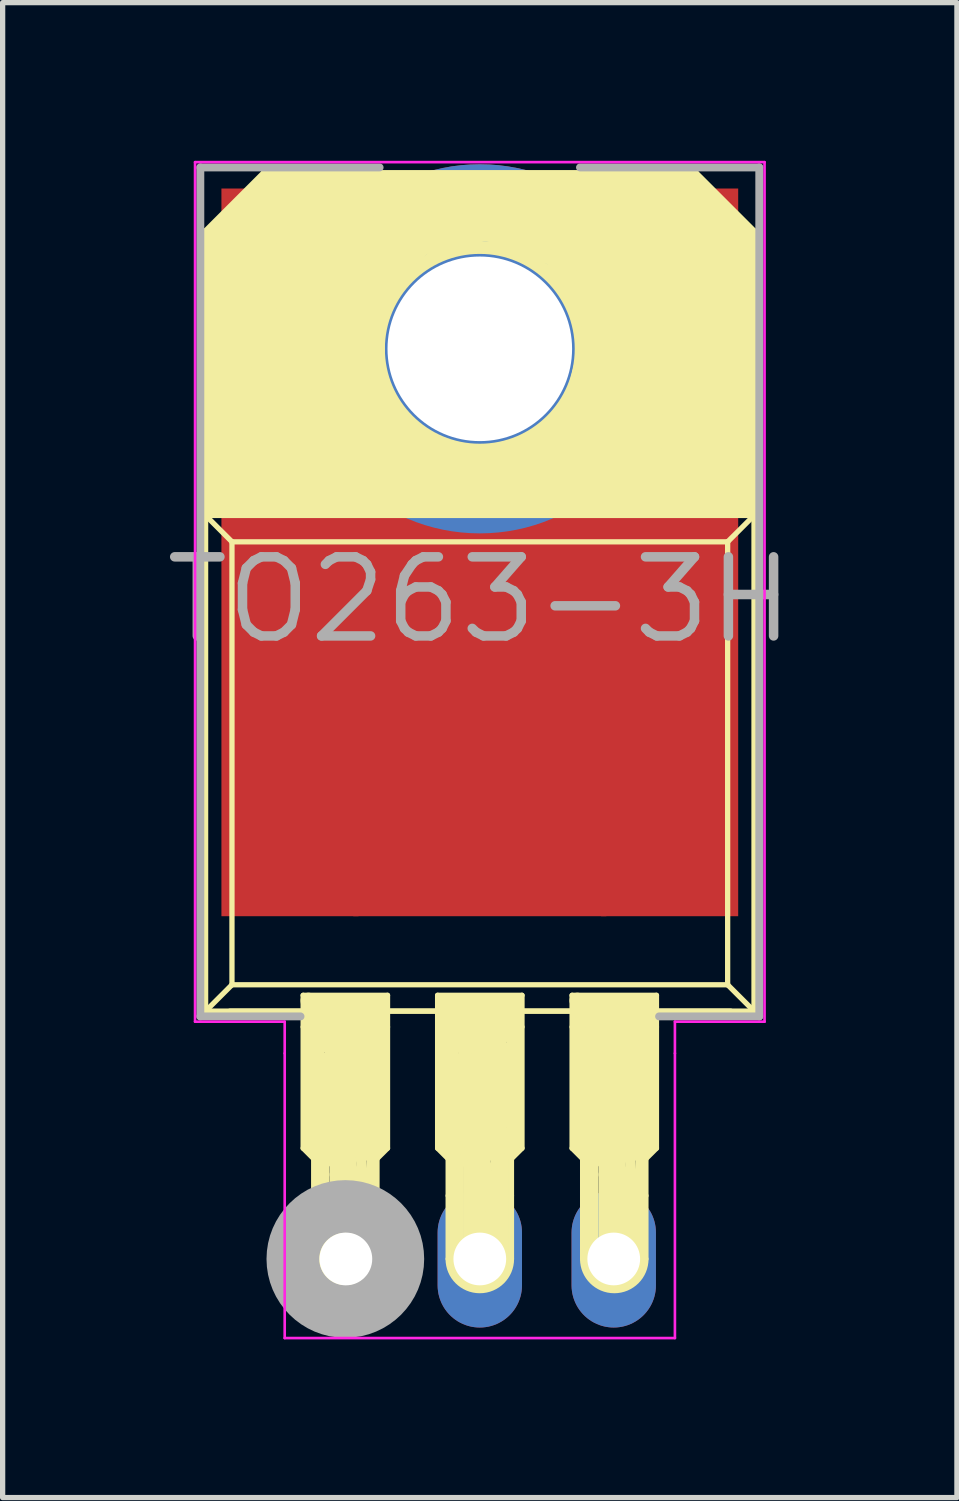
<source format=kicad_pcb>
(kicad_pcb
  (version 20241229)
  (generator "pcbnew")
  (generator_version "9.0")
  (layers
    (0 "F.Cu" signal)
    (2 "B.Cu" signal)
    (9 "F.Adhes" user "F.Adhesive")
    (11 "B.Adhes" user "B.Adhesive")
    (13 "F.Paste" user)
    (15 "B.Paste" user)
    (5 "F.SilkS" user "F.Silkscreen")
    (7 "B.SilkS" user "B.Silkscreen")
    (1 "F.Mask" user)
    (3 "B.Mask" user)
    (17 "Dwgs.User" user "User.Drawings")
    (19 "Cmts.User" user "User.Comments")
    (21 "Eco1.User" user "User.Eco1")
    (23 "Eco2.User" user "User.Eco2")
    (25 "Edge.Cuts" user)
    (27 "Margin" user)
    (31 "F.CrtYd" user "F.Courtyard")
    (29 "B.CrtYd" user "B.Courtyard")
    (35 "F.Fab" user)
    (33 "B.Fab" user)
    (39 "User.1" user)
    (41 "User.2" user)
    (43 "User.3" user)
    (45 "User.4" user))
  (footprint "TO263-3H"
    (layer "F.Cu")
    (at 6.049 20.825)
    (property "Reference" "TO263-3H" (at 0 -12.5 0) (layer "F.Fab") (effects (font (size 1.5 1.5) (thickness 0.18))))
    (attr through_hole)
    (fp_line (start -5.2 -19.5) (end -4.1 -20.6) (stroke (width 0.1) (type solid)) (layer "F.SilkS"))
    (fp_line (start -5.2 -14.1) (end 5.2 -14.1) (stroke (width 0.1) (type solid)) (layer "F.SilkS"))
    (fp_line (start -5.2 -4.7) (end -5.2 -19.5) (stroke (width 0.1) (type solid)) (layer "F.SilkS"))
    (fp_line (start -5.2 -4.7) (end -4.7 -5.2) (stroke (width 0.1) (type solid)) (layer "F.SilkS"))
    (fp_line (start -5.1 -19.45) (end -4.05 -20.5) (stroke (width 0.2) (type solid)) (layer "F.SilkS"))
    (fp_line (start -5.1 -14.2) (end -5.1 -19.45) (stroke (width 0.2) (type solid)) (layer "F.SilkS"))
    (fp_line (start -4.9 -19.35) (end -3.95 -20.3) (stroke (width 0.3) (type solid)) (layer "F.SilkS"))
    (fp_line (start -4.9 -14.4) (end -4.9 -19.35) (stroke (width 0.3) (type solid)) (layer "F.SilkS"))
    (fp_line (start -4.74 -4.7) (end 4.76 -4.7) (stroke (width 0.1) (type solid)) (layer "F.SilkS"))
    (fp_line (start -4.7 -13.6) (end -5.2 -14.1) (stroke (width 0.1) (type solid)) (layer "F.SilkS"))
    (fp_line (start -4.7 -13.6) (end 4.7 -13.6) (stroke (width 0.1) (type solid)) (layer "F.SilkS"))
    (fp_line (start -4.7 -5.2) (end -4.7 -13.6) (stroke (width 0.1) (type solid)) (layer "F.SilkS"))
    (fp_line (start -4.5 -19.15) (end -3.65 -19.9) (stroke (width 0.8) (type solid)) (layer "F.SilkS"))
    (fp_line (start -4.45 -14.7) (end -4.5 -19.15) (stroke (width 0.8) (type solid)) (layer "F.SilkS"))
    (fp_line (start -4.1 -20.6) (end 4.1 -20.6) (stroke (width 0.1) (type solid)) (layer "F.SilkS"))
    (fp_line (start -4.05 -20.5) (end 4.05 -20.5) (stroke (width 0.2) (type solid)) (layer "F.SilkS"))
    (fp_line (start -4 -18.75) (end -3.45 -19.25) (stroke (width 0.8) (type solid)) (layer "F.SilkS"))
    (fp_line (start -3.95 -20.3) (end 3.95 -20.3) (stroke (width 0.3) (type solid)) (layer "F.SilkS"))
    (fp_line (start -3.85 -14.8) (end -4 -18.75) (stroke (width 0.8) (type solid)) (layer "F.SilkS"))
    (fp_line (start -3.65 -19.9) (end 3.75 -19.9) (stroke (width 0.8) (type solid)) (layer "F.SilkS"))
    (fp_line (start -3.5 -18.55) (end -3.25 -15.25) (stroke (width 0.8) (type solid)) (layer "F.SilkS"))
    (fp_line (start -3.45 -19.25) (end -0.55 -19.5) (stroke (width 0.8) (type solid)) (layer "F.SilkS"))
    (fp_line (start -3.35 -5) (end -3.35 -4.4) (stroke (width 0.1) (type solid)) (layer "F.SilkS"))
    (fp_line (start -3.35 -2.1) (end -3.35 -4.4) (stroke (width 0.1) (type solid)) (layer "F.SilkS"))
    (fp_line (start -3.25 -15.25) (end -2 -15.3) (stroke (width 0.8) (type solid)) (layer "F.SilkS"))
    (fp_line (start -3.25 -4.9) (end -3.15 -4.3) (stroke (width 0.3) (type solid)) (layer "F.SilkS"))
    (fp_line (start -3.25 -4.3) (end -3.25 -2.1) (stroke (width 0.2) (type solid)) (layer "F.SilkS"))
    (fp_line (start -3.25 -2.1) (end -3.05 -1.9) (stroke (width 0.2) (type solid)) (layer "F.SilkS"))
    (fp_line (start -3.15 -4.3) (end -3.15 -2.2) (stroke (width 0.2) (type solid)) (layer "F.SilkS"))
    (fp_line (start -3.15 -4.3) (end -2.6 -3.8) (stroke (width 0.3) (type solid)) (layer "F.SilkS"))
    (fp_line (start -3.15 -2.2) (end -2.85 -1.9) (stroke (width 0.2) (type solid)) (layer "F.SilkS"))
    (fp_line (start -3.15 -1.9) (end -3.35 -2.1) (stroke (width 0.1) (type solid)) (layer "F.SilkS"))
    (fp_line (start -3.15 -1.2) (end -3.15 -1.9) (stroke (width 0.1) (type solid)) (layer "F.SilkS"))
    (fp_line (start -3.15 -1.2) (end -3.15 0) (stroke (width 0.1) (type solid)) (layer "F.SilkS"))
    (fp_line (start -3.05 -4.2) (end -3.05 -2.3) (stroke (width 0.2) (type solid)) (layer "F.SilkS"))
    (fp_line (start -3.05 -2.3) (end -2.75 -2) (stroke (width 0.2) (type solid)) (layer "F.SilkS"))
    (fp_line (start -3.05 -1.9) (end -3.05 0.1) (stroke (width 0.2) (type solid)) (layer "F.SilkS"))
    (fp_line (start -3.05 0.1) (end -2.85 0.4) (stroke (width 0.2) (type solid)) (layer "F.SilkS"))
    (fp_line (start -2.95 -1.8) (end -2.95 0.1) (stroke (width 0.2) (type solid)) (layer "F.SilkS"))
    (fp_line (start -2.95 0.1) (end -2.75 0.3) (stroke (width 0.2) (type solid)) (layer "F.SilkS"))
    (fp_line (start -2.9 -17.95) (end -2.65 -18.25) (stroke (width 0.8) (type solid)) (layer "F.SilkS"))
    (fp_line (start -2.85 -4.6) (end -2.15 -4.6) (stroke (width 0.3) (type solid)) (layer "F.SilkS"))
    (fp_line (start -2.85 -4.4) (end -2.35 -4.4) (stroke (width 0.3) (type solid)) (layer "F.SilkS"))
    (fp_line (start -2.85 -4.3) (end -3 -4.6) (stroke (width 0.3) (type solid)) (layer "F.SilkS"))
    (fp_line (start -2.85 -2.4) (end -2.85 -3.8) (stroke (width 0.3) (type solid)) (layer "F.SilkS"))
    (fp_line (start -2.85 -1.9) (end -2.95 -1.8) (stroke (width 0.2) (type solid)) (layer "F.SilkS"))
    (fp_line (start -2.85 0.4) (end -2.65 0.5) (stroke (width 0.2) (type solid)) (layer "F.SilkS"))
    (fp_line (start -2.75 -16.05) (end -2.9 -17.95) (stroke (width 0.8) (type solid)) (layer "F.SilkS"))
    (fp_line (start -2.75 -2) (end -2.75 -1.6) (stroke (width 0.2) (type solid)) (layer "F.SilkS"))
    (fp_line (start -2.75 -1.6) (end -2.75 0.1) (stroke (width 0.2) (type solid)) (layer "F.SilkS"))
    (fp_line (start -2.75 0.1) (end -2.55 0.2) (stroke (width 0.2) (type solid)) (layer "F.SilkS"))
    (fp_line (start -2.75 0.3) (end -2.45 0.3) (stroke (width 0.2) (type solid)) (layer "F.SilkS"))
    (fp_line (start -2.65 -18.25) (end -2.5 -18.7) (stroke (width 0.8) (type solid)) (layer "F.SilkS"))
    (fp_line (start -2.65 -4.2) (end -2.55 -4.2) (stroke (width 0.3) (type solid)) (layer "F.SilkS"))
    (fp_line (start -2.65 -2.6) (end -2.65 -3.6) (stroke (width 0.3) (type solid)) (layer "F.SilkS"))
    (fp_line (start -2.65 -2.1) (end -2.85 -2.4) (stroke (width 0.3) (type solid)) (layer "F.SilkS"))
    (fp_line (start -2.65 0.5) (end -2.45 0.5) (stroke (width 0.2) (type solid)) (layer "F.SilkS"))
    (fp_line (start -2.6 -3.8) (end -2.05 -4.25) (stroke (width 0.3) (type solid)) (layer "F.SilkS"))
    (fp_line (start -2.55 -4.05) (end -2.85 -4.3) (stroke (width 0.3) (type solid)) (layer "F.SilkS"))
    (fp_line (start -2.55 -3.6) (end -2.55 -2.6) (stroke (width 0.3) (type solid)) (layer "F.SilkS"))
    (fp_line (start -2.55 -2.3) (end -2.65 -2.6) (stroke (width 0.3) (type solid)) (layer "F.SilkS"))
    (fp_line (start -2.55 -1.9) (end -2.45 -0.4) (stroke (width 0.3) (type solid)) (layer "F.SilkS"))
    (fp_line (start -2.55 0) (end -2.65 -2.1) (stroke (width 0.3) (type solid)) (layer "F.SilkS"))
    (fp_line (start -2.55 0.2) (end -2.35 0.1) (stroke (width 0.2) (type solid)) (layer "F.SilkS"))
    (fp_line (start -2.45 -17.45) (end -1.85 -18.95) (stroke (width 0.8) (type solid)) (layer "F.SilkS"))
    (fp_line (start -2.45 -1.9) (end -2.05 -2.4) (stroke (width 0.2) (type solid)) (layer "F.SilkS"))
    (fp_line (start -2.45 -0.4) (end -2.55 0) (stroke (width 0.3) (type solid)) (layer "F.SilkS"))
    (fp_line (start -2.45 0.3) (end -2.25 0.2) (stroke (width 0.2) (type solid)) (layer "F.SilkS"))
    (fp_line (start -2.45 0.5) (end -2.25 0.4) (stroke (width 0.2) (type solid)) (layer "F.SilkS"))
    (fp_line (start -2.35 -3.8) (end -2.35 -2.7) (stroke (width 0.3) (type solid)) (layer "F.SilkS"))
    (fp_line (start -2.35 -2.7) (end -2.55 -2.3) (stroke (width 0.3) (type solid)) (layer "F.SilkS"))
    (fp_line (start -2.35 0.1) (end -2.25 -0.4) (stroke (width 0.2) (type solid)) (layer "F.SilkS"))
    (fp_line (start -2.25 -1.9) (end -1.95 -2.3) (stroke (width 0.2) (type solid)) (layer "F.SilkS"))
    (fp_line (start -2.25 -0.4) (end -2.45 -1.9) (stroke (width 0.2) (type solid)) (layer "F.SilkS"))
    (fp_line (start -2.25 0.2) (end -2.15 -0.2) (stroke (width 0.2) (type solid)) (layer "F.SilkS"))
    (fp_line (start -2.25 0.4) (end -2.05 0.1) (stroke (width 0.2) (type solid)) (layer "F.SilkS"))
    (fp_line (start -2.15 -4) (end -2.15 -2.6) (stroke (width 0.3) (type solid)) (layer "F.SilkS"))
    (fp_line (start -2.15 -2.6) (end -2.55 -1.9) (stroke (width 0.3) (type solid)) (layer "F.SilkS"))
    (fp_line (start -2.15 -0.2) (end -2.25 -1.9) (stroke (width 0.2) (type solid)) (layer "F.SilkS"))
    (fp_line (start -2.1 -17.4) (end -1.95 -18.2) (stroke (width 0.3) (type solid)) (layer "F.SilkS"))
    (fp_line (start -2.1 -16.1) (end -2.45 -17.45) (stroke (width 0.8) (type solid)) (layer "F.SilkS"))
    (fp_line (start -2.05 -16.55) (end -2.1 -17.4) (stroke (width 0.3) (type solid)) (layer "F.SilkS"))
    (fp_line (start -2.05 -4.25) (end -1.9 -4.45) (stroke (width 0.3) (type solid)) (layer "F.SilkS"))
    (fp_line (start -2.05 -1.9) (end -1.85 -2.2) (stroke (width 0.2) (type solid)) (layer "F.SilkS"))
    (fp_line (start -2.05 0.1) (end -2.05 -1.9) (stroke (width 0.2) (type solid)) (layer "F.SilkS"))
    (fp_line (start -2 -15.3) (end -2.75 -16.05) (stroke (width 0.8) (type solid)) (layer "F.SilkS"))
    (fp_line (start -1.95 -18.2) (end -1.45 -18.85) (stroke (width 0.3) (type solid)) (layer "F.SilkS"))
    (fp_line (start -1.95 -4.8) (end -3.05 -4.8) (stroke (width 0.2) (type solid)) (layer "F.SilkS"))
    (fp_line (start -1.95 -2.3) (end -1.95 -4.2) (stroke (width 0.2) (type solid)) (layer "F.SilkS"))
    (fp_line (start -1.95 -1.9) (end -1.75 -2.1) (stroke (width 0.1) (type solid)) (layer "F.SilkS"))
    (fp_line (start -1.95 -1.2) (end -1.95 -1.9) (stroke (width 0.1) (type solid)) (layer "F.SilkS"))
    (fp_line (start -1.95 0) (end -1.95 -1.2) (stroke (width 0.1) (type solid)) (layer "F.SilkS"))
    (fp_line (start -1.9 -17.55) (end -1.8 -18.05) (stroke (width 0.2) (type solid)) (layer "F.SilkS"))
    (fp_line (start -1.9 -16.95) (end -1.9 -17.55) (stroke (width 0.2) (type solid)) (layer "F.SilkS"))
    (fp_line (start -1.9 -4.45) (end -1.85 -4.7) (stroke (width 0.3) (type solid)) (layer "F.SilkS"))
    (fp_line (start -1.85 -18.95) (end -3.5 -18.55) (stroke (width 0.8) (type solid)) (layer "F.SilkS"))
    (fp_line (start -1.85 -16.6) (end -1.9 -16.85) (stroke (width 0.2) (type solid)) (layer "F.SilkS"))
    (fp_line (start -1.85 -4.9) (end -3.15 -4.9) (stroke (width 0.2) (type solid)) (layer "F.SilkS"))
    (fp_line (start -1.85 -4.7) (end -2.55 -4.05) (stroke (width 0.3) (type solid)) (layer "F.SilkS"))
    (fp_line (start -1.85 -2.2) (end -1.85 -4.3) (stroke (width 0.2) (type solid)) (layer "F.SilkS"))
    (fp_line (start -1.8 -18.05) (end -1.5 -18.55) (stroke (width 0.2) (type solid)) (layer "F.SilkS"))
    (fp_line (start -1.75 -5) (end -3.35 -5) (stroke (width 0.1) (type solid)) (layer "F.SilkS"))
    (fp_line (start -1.75 -5) (end -1.75 -4.4) (stroke (width 0.1) (type solid)) (layer "F.SilkS"))
    (fp_line (start -1.75 -2.1) (end -1.75 -4.4) (stroke (width 0.1) (type solid)) (layer "F.SilkS"))
    (fp_line (start -1.65 -15.8) (end -2.05 -16.55) (stroke (width 0.3) (type solid)) (layer "F.SilkS"))
    (fp_line (start -1.6 -16.1) (end -1.85 -16.6) (stroke (width 0.2) (type solid)) (layer "F.SilkS"))
    (fp_line (start -1.5 -18.55) (end -0.85 -19.05) (stroke (width 0.2) (type solid)) (layer "F.SilkS"))
    (fp_line (start -1.45 -18.85) (end -1 -19.25) (stroke (width 0.3) (type solid)) (layer "F.SilkS"))
    (fp_line (start -1.15 -15.65) (end -1.6 -16.1) (stroke (width 0.2) (type solid)) (layer "F.SilkS"))
    (fp_line (start -1.1 -15.1) (end -2.1 -16.1) (stroke (width 0.8) (type solid)) (layer "F.SilkS"))
    (fp_line (start -1 -19.25) (end 0.1 -19.45) (stroke (width 0.3) (type solid)) (layer "F.SilkS"))
    (fp_line (start -1 -15.4) (end -1.55 -15.75) (stroke (width 0.3) (type solid)) (layer "F.SilkS"))
    (fp_line (start -0.85 -19.05) (end -0.35 -19.2) (stroke (width 0.2) (type solid)) (layer "F.SilkS"))
    (fp_line (start -0.8 -5) (end -0.8 -4.4) (stroke (width 0.1) (type solid)) (layer "F.SilkS"))
    (fp_line (start -0.8 -2.1) (end -0.8 -4.4) (stroke (width 0.1) (type solid)) (layer "F.SilkS"))
    (fp_line (start -0.7 -4.85) (end -0.65 -4.45) (stroke (width 0.3) (type solid)) (layer "F.SilkS"))
    (fp_line (start -0.7 -4.3) (end -0.7 -2.1) (stroke (width 0.2) (type solid)) (layer "F.SilkS"))
    (fp_line (start -0.7 -2.1) (end -0.5 -1.9) (stroke (width 0.2) (type solid)) (layer "F.SilkS"))
    (fp_line (start -0.65 -15.4) (end -1.15 -15.65) (stroke (width 0.2) (type solid)) (layer "F.SilkS"))
    (fp_line (start -0.65 -4.45) (end -0.25 -3.95) (stroke (width 0.3) (type solid)) (layer "F.SilkS"))
    (fp_line (start -0.6 -15.2) (end -1 -15.4) (stroke (width 0.3) (type solid)) (layer "F.SilkS"))
    (fp_line (start -0.6 -4.3) (end -0.6 -2.2) (stroke (width 0.2) (type solid)) (layer "F.SilkS"))
    (fp_line (start -0.6 -2.2) (end -0.3 -1.9) (stroke (width 0.2) (type solid)) (layer "F.SilkS"))
    (fp_line (start -0.6 -1.9) (end -0.8 -2.1) (stroke (width 0.1) (type solid)) (layer "F.SilkS"))
    (fp_line (start -0.6 -1.2) (end -0.6 -1.9) (stroke (width 0.1) (type solid)) (layer "F.SilkS"))
    (fp_line (start -0.6 -1.2) (end -0.6 0) (stroke (width 0.1) (type solid)) (layer "F.SilkS"))
    (fp_line (start -0.5 -4.2) (end -0.5 -2.3) (stroke (width 0.2) (type solid)) (layer "F.SilkS"))
    (fp_line (start -0.5 -2.3) (end -0.2 -2) (stroke (width 0.2) (type solid)) (layer "F.SilkS"))
    (fp_line (start -0.5 -1.9) (end -0.5 0.1) (stroke (width 0.2) (type solid)) (layer "F.SilkS"))
    (fp_line (start -0.5 0.1) (end -0.3 0.4) (stroke (width 0.2) (type solid)) (layer "F.SilkS"))
    (fp_line (start -0.4 -4.4) (end -0.5 -4.65) (stroke (width 0.3) (type solid)) (layer "F.SilkS"))
    (fp_line (start -0.4 -1.8) (end -0.4 0.1) (stroke (width 0.2) (type solid)) (layer "F.SilkS"))
    (fp_line (start -0.4 0.1) (end -0.2 0.3) (stroke (width 0.2) (type solid)) (layer "F.SilkS"))
    (fp_line (start -0.35 -19.2) (end 0.3 -19.2) (stroke (width 0.2) (type solid)) (layer "F.SilkS"))
    (fp_line (start -0.3 -4.6) (end 0.4 -4.6) (stroke (width 0.3) (type solid)) (layer "F.SilkS"))
    (fp_line (start -0.3 -4.4) (end 0.2 -4.4) (stroke (width 0.3) (type solid)) (layer "F.SilkS"))
    (fp_line (start -0.3 -2.4) (end -0.3 -3.8) (stroke (width 0.3) (type solid)) (layer "F.SilkS"))
    (fp_line (start -0.3 -1.9) (end -0.4 -1.8) (stroke (width 0.2) (type solid)) (layer "F.SilkS"))
    (fp_line (start -0.3 0.4) (end -0.1 0.5) (stroke (width 0.2) (type solid)) (layer "F.SilkS"))
    (fp_line (start -0.25 -3.95) (end -0.05 -3.8) (stroke (width 0.3) (type solid)) (layer "F.SilkS"))
    (fp_line (start -0.2 -2) (end -0.2 -1.6) (stroke (width 0.2) (type solid)) (layer "F.SilkS"))
    (fp_line (start -0.2 -1.6) (end -0.2 0.1) (stroke (width 0.2) (type solid)) (layer "F.SilkS"))
    (fp_line (start -0.2 0.1) (end 0 0.2) (stroke (width 0.2) (type solid)) (layer "F.SilkS"))
    (fp_line (start -0.2 0.3) (end 0.1 0.3) (stroke (width 0.2) (type solid)) (layer "F.SilkS"))
    (fp_line (start -0.1 -4.2) (end 0 -4.2) (stroke (width 0.3) (type solid)) (layer "F.SilkS"))
    (fp_line (start -0.1 -2.6) (end -0.1 -3.6) (stroke (width 0.3) (type solid)) (layer "F.SilkS"))
    (fp_line (start -0.1 -2.1) (end -0.3 -2.4) (stroke (width 0.3) (type solid)) (layer "F.SilkS"))
    (fp_line (start -0.1 0.5) (end 0.1 0.5) (stroke (width 0.2) (type solid)) (layer "F.SilkS"))
    (fp_line (start -0.05 -15.1) (end -0.6 -15.2) (stroke (width 0.3) (type solid)) (layer "F.SilkS"))
    (fp_line (start -0.05 -4.1) (end -0.4 -4.4) (stroke (width 0.3) (type solid)) (layer "F.SilkS"))
    (fp_line (start -0.05 -3.8) (end 0.65 -4.45) (stroke (width 0.3) (type solid)) (layer "F.SilkS"))
    (fp_line (start 0 -15.3) (end -0.65 -15.4) (stroke (width 0.2) (type solid)) (layer "F.SilkS"))
    (fp_line (start 0 -3.6) (end 0 -2.6) (stroke (width 0.3) (type solid)) (layer "F.SilkS"))
    (fp_line (start 0 -2.3) (end -0.1 -2.6) (stroke (width 0.3) (type solid)) (layer "F.SilkS"))
    (fp_line (start 0 -1.9) (end 0.1 -0.4) (stroke (width 0.3) (type solid)) (layer "F.SilkS"))
    (fp_line (start 0 0) (end -0.1 -2.1) (stroke (width 0.3) (type solid)) (layer "F.SilkS"))
    (fp_line (start 0 0.2) (end 0.2 0.1) (stroke (width 0.2) (type solid)) (layer "F.SilkS"))
    (fp_line (start 0.1 -19.45) (end 0.7 -19.35) (stroke (width 0.3) (type solid)) (layer "F.SilkS"))
    (fp_line (start 0.1 -1.9) (end 0.5 -2.4) (stroke (width 0.2) (type solid)) (layer "F.SilkS"))
    (fp_line (start 0.1 -0.4) (end 0 0) (stroke (width 0.3) (type solid)) (layer "F.SilkS"))
    (fp_line (start 0.1 0.3) (end 0.3 0.2) (stroke (width 0.2) (type solid)) (layer "F.SilkS"))
    (fp_line (start 0.1 0.5) (end 0.3 0.4) (stroke (width 0.2) (type solid)) (layer "F.SilkS"))
    (fp_line (start 0.2 -3.8) (end 0.2 -2.7) (stroke (width 0.3) (type solid)) (layer "F.SilkS"))
    (fp_line (start 0.2 -2.7) (end 0 -2.3) (stroke (width 0.3) (type solid)) (layer "F.SilkS"))
    (fp_line (start 0.2 0.1) (end 0.3 -0.4) (stroke (width 0.2) (type solid)) (layer "F.SilkS"))
    (fp_line (start 0.3 -19.2) (end 1 -18.95) (stroke (width 0.2) (type solid)) (layer "F.SilkS"))
    (fp_line (start 0.3 -1.9) (end 0.6 -2.3) (stroke (width 0.2) (type solid)) (layer "F.SilkS"))
    (fp_line (start 0.3 -0.4) (end 0.1 -1.9) (stroke (width 0.2) (type solid)) (layer "F.SilkS"))
    (fp_line (start 0.3 0.2) (end 0.4 -0.2) (stroke (width 0.2) (type solid)) (layer "F.SilkS"))
    (fp_line (start 0.3 0.4) (end 0.5 0.1) (stroke (width 0.2) (type solid)) (layer "F.SilkS"))
    (fp_line (start 0.4 -19.75) (end 2.2 -19.75) (stroke (width 0.8) (type solid)) (layer "F.SilkS"))
    (fp_line (start 0.4 -4) (end 0.4 -2.6) (stroke (width 0.3) (type solid)) (layer "F.SilkS"))
    (fp_line (start 0.4 -2.6) (end 0 -1.9) (stroke (width 0.3) (type solid)) (layer "F.SilkS"))
    (fp_line (start 0.4 -0.2) (end 0.3 -1.9) (stroke (width 0.2) (type solid)) (layer "F.SilkS"))
    (fp_line (start 0.5 -1.9) (end 0.7 -2.2) (stroke (width 0.2) (type solid)) (layer "F.SilkS"))
    (fp_line (start 0.5 0.1) (end 0.5 -1.9) (stroke (width 0.2) (type solid)) (layer "F.SilkS"))
    (fp_line (start 0.55 -15.2) (end -0.05 -15.1) (stroke (width 0.3) (type solid)) (layer "F.SilkS"))
    (fp_line (start 0.6 -19.3) (end 1.35 -19) (stroke (width 0.3) (type solid)) (layer "F.SilkS"))
    (fp_line (start 0.6 -4.8) (end -0.5 -4.8) (stroke (width 0.2) (type solid)) (layer "F.SilkS"))
    (fp_line (start 0.6 -2.3) (end 0.6 -4.2) (stroke (width 0.2) (type solid)) (layer "F.SilkS"))
    (fp_line (start 0.6 -1.9) (end 0.8 -2.1) (stroke (width 0.1) (type solid)) (layer "F.SilkS"))
    (fp_line (start 0.6 -1.2) (end 0.6 -1.9) (stroke (width 0.1) (type solid)) (layer "F.SilkS"))
    (fp_line (start 0.6 0) (end 0.6 -1.2) (stroke (width 0.1) (type solid)) (layer "F.SilkS"))
    (fp_line (start 0.65 -4.75) (end -0.05 -4.1) (stroke (width 0.3) (type solid)) (layer "F.SilkS"))
    (fp_line (start 0.65 -4.45) (end 0.65 -4.75) (stroke (width 0.3) (type solid)) (layer "F.SilkS"))
    (fp_line (start 0.7 -19.35) (end 0.6 -19.3) (stroke (width 0.3) (type solid)) (layer "F.SilkS"))
    (fp_line (start 0.7 -4.9) (end -0.6 -4.9) (stroke (width 0.2) (type solid)) (layer "F.SilkS"))
    (fp_line (start 0.7 -2.2) (end 0.7 -4.3) (stroke (width 0.2) (type solid)) (layer "F.SilkS"))
    (fp_line (start 0.75 -15.45) (end 0 -15.3) (stroke (width 0.2) (type solid)) (layer "F.SilkS"))
    (fp_line (start 0.8 -5) (end -0.8 -5) (stroke (width 0.1) (type solid)) (layer "F.SilkS"))
    (fp_line (start 0.8 -4.4) (end 0.8 -5) (stroke (width 0.1) (type solid)) (layer "F.SilkS"))
    (fp_line (start 0.8 -2.1) (end 0.8 -4.4) (stroke (width 0.1) (type solid)) (layer "F.SilkS"))
    (fp_line (start 0.95 -19.3) (end 3.45 -19.2) (stroke (width 0.8) (type solid)) (layer "F.SilkS"))
    (fp_line (start 1 -18.95) (end 1.4 -18.65) (stroke (width 0.2) (type solid)) (layer "F.SilkS"))
    (fp_line (start 1.15 -15.25) (end 2.2 -16.05) (stroke (width 0.8) (type solid)) (layer "F.SilkS"))
    (fp_line (start 1.2 -15.5) (end 0.55 -15.2) (stroke (width 0.3) (type solid)) (layer "F.SilkS"))
    (fp_line (start 1.3 -15.8) (end 0.75 -15.45) (stroke (width 0.2) (type solid)) (layer "F.SilkS"))
    (fp_line (start 1.35 -19) (end 1.65 -18.65) (stroke (width 0.3) (type solid)) (layer "F.SilkS"))
    (fp_line (start 1.4 -18.65) (end 1.65 -18.35) (stroke (width 0.2) (type solid)) (layer "F.SilkS"))
    (fp_line (start 1.6 -15.85) (end 1.2 -15.5) (stroke (width 0.3) (type solid)) (layer "F.SilkS"))
    (fp_line (start 1.65 -18.65) (end 2 -18.05) (stroke (width 0.3) (type solid)) (layer "F.SilkS"))
    (fp_line (start 1.65 -18.35) (end 1.95 -17.6) (stroke (width 0.2) (type solid)) (layer "F.SilkS"))
    (fp_line (start 1.7 -16.25) (end 1.3 -15.8) (stroke (width 0.2) (type solid)) (layer "F.SilkS"))
    (fp_line (start 1.75 -5) (end 1.75 -4.4) (stroke (width 0.1) (type solid)) (layer "F.SilkS"))
    (fp_line (start 1.75 -2.1) (end 1.75 -4.4) (stroke (width 0.1) (type solid)) (layer "F.SilkS"))
    (fp_line (start 1.85 -18.75) (end 3.35 -18.6) (stroke (width 0.8) (type solid)) (layer "F.SilkS"))
    (fp_line (start 1.85 -16.8) (end 1.7 -16.25) (stroke (width 0.2) (type solid)) (layer "F.SilkS"))
    (fp_line (start 1.85 -4.9) (end 1.9 -4.8) (stroke (width 0.3) (type solid)) (layer "F.SilkS"))
    (fp_line (start 1.85 -4.3) (end 1.85 -2.1) (stroke (width 0.2) (type solid)) (layer "F.SilkS"))
    (fp_line (start 1.85 -2.1) (end 2.05 -1.9) (stroke (width 0.2) (type solid)) (layer "F.SilkS"))
    (fp_line (start 1.9 -4.8) (end 1.9 -4.45) (stroke (width 0.3) (type solid)) (layer "F.SilkS"))
    (fp_line (start 1.9 -4.45) (end 2.25 -3.95) (stroke (width 0.3) (type solid)) (layer "F.SilkS"))
    (fp_line (start 1.95 -17.6) (end 1.95 -17.2) (stroke (width 0.2) (type solid)) (layer "F.SilkS"))
    (fp_line (start 1.95 -17.2) (end 1.85 -16.8) (stroke (width 0.2) (type solid)) (layer "F.SilkS"))
    (fp_line (start 1.95 -16.4) (end 1.6 -15.85) (stroke (width 0.3) (type solid)) (layer "F.SilkS"))
    (fp_line (start 1.95 -4.3) (end 1.95 -2.2) (stroke (width 0.2) (type solid)) (layer "F.SilkS"))
    (fp_line (start 1.95 -2.2) (end 2.25 -1.9) (stroke (width 0.2) (type solid)) (layer "F.SilkS"))
    (fp_line (start 1.95 -1.9) (end 1.75 -2.1) (stroke (width 0.1) (type solid)) (layer "F.SilkS"))
    (fp_line (start 1.95 -1.2) (end 1.95 -1.9) (stroke (width 0.1) (type solid)) (layer "F.SilkS"))
    (fp_line (start 1.95 -1.2) (end 1.95 0) (stroke (width 0.1) (type solid)) (layer "F.SilkS"))
    (fp_line (start 2 -18.05) (end 2.1 -17.6) (stroke (width 0.3) (type solid)) (layer "F.SilkS"))
    (fp_line (start 2.05 -4.2) (end 2.05 -2.3) (stroke (width 0.2) (type solid)) (layer "F.SilkS"))
    (fp_line (start 2.05 -2.3) (end 2.35 -2) (stroke (width 0.2) (type solid)) (layer "F.SilkS"))
    (fp_line (start 2.05 -1.9) (end 2.05 0.1) (stroke (width 0.2) (type solid)) (layer "F.SilkS"))
    (fp_line (start 2.05 0.1) (end 2.25 0.4) (stroke (width 0.2) (type solid)) (layer "F.SilkS"))
    (fp_line (start 2.1 -17.6) (end 2.1 -17.15) (stroke (width 0.3) (type solid)) (layer "F.SilkS"))
    (fp_line (start 2.1 -17.15) (end 1.95 -16.4) (stroke (width 0.3) (type solid)) (layer "F.SilkS"))
    (fp_line (start 2.15 -18.5) (end 1.85 -18.75) (stroke (width 0.8) (type solid)) (layer "F.SilkS"))
    (fp_line (start 2.15 -1.8) (end 2.15 0.1) (stroke (width 0.2) (type solid)) (layer "F.SilkS"))
    (fp_line (start 2.15 0.1) (end 2.35 0.3) (stroke (width 0.2) (type solid)) (layer "F.SilkS"))
    (fp_line (start 2.2 -16.05) (end 2.5 -17.4) (stroke (width 0.8) (type solid)) (layer "F.SilkS"))
    (fp_line (start 2.25 -4.6) (end 2.95 -4.6) (stroke (width 0.3) (type solid)) (layer "F.SilkS"))
    (fp_line (start 2.25 -4.4) (end 2.75 -4.4) (stroke (width 0.3) (type solid)) (layer "F.SilkS"))
    (fp_line (start 2.25 -3.95) (end 2.5 -3.85) (stroke (width 0.3) (type solid)) (layer "F.SilkS"))
    (fp_line (start 2.25 -2.4) (end 2.25 -3.8) (stroke (width 0.3) (type solid)) (layer "F.SilkS"))
    (fp_line (start 2.25 -1.9) (end 2.15 -1.8) (stroke (width 0.2) (type solid)) (layer "F.SilkS"))
    (fp_line (start 2.25 0.4) (end 2.45 0.5) (stroke (width 0.2) (type solid)) (layer "F.SilkS"))
    (fp_line (start 2.35 -2) (end 2.35 -1.6) (stroke (width 0.2) (type solid)) (layer "F.SilkS"))
    (fp_line (start 2.35 -1.6) (end 2.35 0.1) (stroke (width 0.2) (type solid)) (layer "F.SilkS"))
    (fp_line (start 2.35 0.1) (end 2.55 0.2) (stroke (width 0.2) (type solid)) (layer "F.SilkS"))
    (fp_line (start 2.35 0.3) (end 2.65 0.3) (stroke (width 0.2) (type solid)) (layer "F.SilkS"))
    (fp_line (start 2.45 -4.2) (end 2.55 -4.2) (stroke (width 0.3) (type solid)) (layer "F.SilkS"))
    (fp_line (start 2.45 -4.15) (end 2.05 -4.65) (stroke (width 0.3) (type solid)) (layer "F.SilkS"))
    (fp_line (start 2.45 -2.6) (end 2.45 -3.6) (stroke (width 0.3) (type solid)) (layer "F.SilkS"))
    (fp_line (start 2.45 -2.1) (end 2.25 -2.4) (stroke (width 0.3) (type solid)) (layer "F.SilkS"))
    (fp_line (start 2.45 0.5) (end 2.65 0.5) (stroke (width 0.2) (type solid)) (layer "F.SilkS"))
    (fp_line (start 2.5 -17.4) (end 2.15 -18.5) (stroke (width 0.8) (type solid)) (layer "F.SilkS"))
    (fp_line (start 2.5 -3.85) (end 2.8 -4) (stroke (width 0.3) (type solid)) (layer "F.SilkS"))
    (fp_line (start 2.55 -15.85) (end 2.9 -17.45) (stroke (width 0.8) (type solid)) (layer "F.SilkS"))
    (fp_line (start 2.55 -3.6) (end 2.55 -2.6) (stroke (width 0.3) (type solid)) (layer "F.SilkS"))
    (fp_line (start 2.55 -2.3) (end 2.45 -2.6) (stroke (width 0.3) (type solid)) (layer "F.SilkS"))
    (fp_line (start 2.55 -1.9) (end 2.65 -0.4) (stroke (width 0.3) (type solid)) (layer "F.SilkS"))
    (fp_line (start 2.55 0) (end 2.45 -2.1) (stroke (width 0.3) (type solid)) (layer "F.SilkS"))
    (fp_line (start 2.55 0.2) (end 2.75 0.1) (stroke (width 0.2) (type solid)) (layer "F.SilkS"))
    (fp_line (start 2.65 -1.9) (end 3.05 -2.4) (stroke (width 0.2) (type solid)) (layer "F.SilkS"))
    (fp_line (start 2.65 -0.4) (end 2.55 0) (stroke (width 0.3) (type solid)) (layer "F.SilkS"))
    (fp_line (start 2.65 0.3) (end 2.85 0.2) (stroke (width 0.2) (type solid)) (layer "F.SilkS"))
    (fp_line (start 2.65 0.5) (end 2.85 0.4) (stroke (width 0.2) (type solid)) (layer "F.SilkS"))
    (fp_line (start 2.7 -4.15) (end 2.45 -4.15) (stroke (width 0.3) (type solid)) (layer "F.SilkS"))
    (fp_line (start 2.75 -3.8) (end 2.75 -2.7) (stroke (width 0.3) (type solid)) (layer "F.SilkS"))
    (fp_line (start 2.75 -2.7) (end 2.55 -2.3) (stroke (width 0.3) (type solid)) (layer "F.SilkS"))
    (fp_line (start 2.75 0.1) (end 2.85 -0.4) (stroke (width 0.2) (type solid)) (layer "F.SilkS"))
    (fp_line (start 2.8 -4) (end 3.2 -4.5) (stroke (width 0.3) (type solid)) (layer "F.SilkS"))
    (fp_line (start 2.85 -1.9) (end 3.15 -2.3) (stroke (width 0.2) (type solid)) (layer "F.SilkS"))
    (fp_line (start 2.85 -0.4) (end 2.65 -1.9) (stroke (width 0.2) (type solid)) (layer "F.SilkS"))
    (fp_line (start 2.85 0.2) (end 2.95 -0.2) (stroke (width 0.2) (type solid)) (layer "F.SilkS"))
    (fp_line (start 2.85 0.4) (end 3.05 0.1) (stroke (width 0.2) (type solid)) (layer "F.SilkS"))
    (fp_line (start 2.9 -17.45) (end 2.8 -18.2) (stroke (width 0.8) (type solid)) (layer "F.SilkS"))
    (fp_line (start 2.95 -4) (end 2.95 -2.6) (stroke (width 0.3) (type solid)) (layer "F.SilkS"))
    (fp_line (start 2.95 -2.6) (end 2.55 -1.9) (stroke (width 0.3) (type solid)) (layer "F.SilkS"))
    (fp_line (start 2.95 -0.2) (end 2.85 -1.9) (stroke (width 0.2) (type solid)) (layer "F.SilkS"))
    (fp_line (start 3.05 -1.9) (end 3.25 -2.2) (stroke (width 0.2) (type solid)) (layer "F.SilkS"))
    (fp_line (start 3.05 0.1) (end 3.05 -1.9) (stroke (width 0.2) (type solid)) (layer "F.SilkS"))
    (fp_line (start 3.15 -4.8) (end 2.05 -4.8) (stroke (width 0.2) (type solid)) (layer "F.SilkS"))
    (fp_line (start 3.15 -2.3) (end 3.15 -4.2) (stroke (width 0.2) (type solid)) (layer "F.SilkS"))
    (fp_line (start 3.15 -1.9) (end 3.35 -2.1) (stroke (width 0.1) (type solid)) (layer "F.SilkS"))
    (fp_line (start 3.15 -1.2) (end 3.15 -1.9) (stroke (width 0.1) (type solid)) (layer "F.SilkS"))
    (fp_line (start 3.15 0) (end 3.15 -1.2) (stroke (width 0.1) (type solid)) (layer "F.SilkS"))
    (fp_line (start 3.2 -4.7) (end 2.7 -4.15) (stroke (width 0.3) (type solid)) (layer "F.SilkS"))
    (fp_line (start 3.2 -4.5) (end 3.2 -4.7) (stroke (width 0.3) (type solid)) (layer "F.SilkS"))
    (fp_line (start 3.25 -4.9) (end 1.95 -4.9) (stroke (width 0.2) (type solid)) (layer "F.SilkS"))
    (fp_line (start 3.25 -2.2) (end 3.25 -4.3) (stroke (width 0.2) (type solid)) (layer "F.SilkS"))
    (fp_line (start 3.35 -18.6) (end 3.4 -16.05) (stroke (width 0.8) (type solid)) (layer "F.SilkS"))
    (fp_line (start 3.35 -5) (end 1.75 -5) (stroke (width 0.1) (type solid)) (layer "F.SilkS"))
    (fp_line (start 3.35 -5) (end 3.35 -4.4) (stroke (width 0.1) (type solid)) (layer "F.SilkS"))
    (fp_line (start 3.35 -2.1) (end 3.35 -4.4) (stroke (width 0.1) (type solid)) (layer "F.SilkS"))
    (fp_line (start 3.4 -16.05) (end 2.55 -15.85) (stroke (width 0.8) (type solid)) (layer "F.SilkS"))
    (fp_line (start 3.45 -19.2) (end 3.9 -18.9) (stroke (width 0.8) (type solid)) (layer "F.SilkS"))
    (fp_line (start 3.75 -19.9) (end 4.5 -19.15) (stroke (width 0.8) (type solid)) (layer "F.SilkS"))
    (fp_line (start 3.85 -15.4) (end 1.15 -15.25) (stroke (width 0.8) (type solid)) (layer "F.SilkS"))
    (fp_line (start 3.9 -18.9) (end 3.85 -15.4) (stroke (width 0.8) (type solid)) (layer "F.SilkS"))
    (fp_line (start 3.95 -20.3) (end 4.95 -19.35) (stroke (width 0.3) (type solid)) (layer "F.SilkS"))
    (fp_line (start 4.05 -20.5) (end 5.1 -19.45) (stroke (width 0.2) (type solid)) (layer "F.SilkS"))
    (fp_line (start 4.1 -20.6) (end 5.2 -19.5) (stroke (width 0.1) (type solid)) (layer "F.SilkS"))
    (fp_line (start 4.5 -19.15) (end 4.55 -14.85) (stroke (width 0.8) (type solid)) (layer "F.SilkS"))
    (fp_line (start 4.55 -14.85) (end -3.85 -14.8) (stroke (width 0.8) (type solid)) (layer "F.SilkS"))
    (fp_line (start 4.7 -13.6) (end 4.7 -5.2) (stroke (width 0.1) (type solid)) (layer "F.SilkS"))
    (fp_line (start 4.7 -13.6) (end 5.2 -14.1) (stroke (width 0.1) (type solid)) (layer "F.SilkS"))
    (fp_line (start 4.7 -5.2) (end -4.7 -5.2) (stroke (width 0.1) (type solid)) (layer "F.SilkS"))
    (fp_line (start 4.7 -5.2) (end 5.2 -4.7) (stroke (width 0.1) (type solid)) (layer "F.SilkS"))
    (fp_line (start 4.9 -14.4) (end -4.7 -14.4) (stroke (width 0.3) (type solid)) (layer "F.SilkS"))
    (fp_line (start 4.95 -19.35) (end 4.9 -14.4) (stroke (width 0.3) (type solid)) (layer "F.SilkS"))
    (fp_line (start 5.1 -19.45) (end 5.1 -14.2) (stroke (width 0.2) (type solid)) (layer "F.SilkS"))
    (fp_line (start 5.1 -14.2) (end -5 -14.2) (stroke (width 0.2) (type solid)) (layer "F.SilkS"))
    (fp_line (start 5.2 -19.5) (end 5.2 -4.7) (stroke (width 0.1) (type solid)) (layer "F.SilkS"))
    (fp_line (start 5.2 -4.7) (end -5.2 -4.7) (stroke (width 0.1) (type solid)) (layer "F.SilkS"))
    (fp_arc (start -1.95 0) (mid -2.55 0.6) (end -3.15 0) (stroke (width 0.1) (type solid)) (layer "F.SilkS"))
    (fp_arc (start 0.6 0) (mid 0 0.6) (end -0.6 0) (stroke (width 0.1) (type solid)) (layer "F.SilkS"))
    (fp_arc (start 3.15 0) (mid 2.55 0.6) (end 1.95 0) (stroke (width 0.1) (type solid)) (layer "F.SilkS"))
    (fp_circle (center 0 -17.26) (end 1.85 -17.26) (stroke (width 0.1) (type solid)) (fill no) (layer "F.SilkS"))
    (fp_line (start -5.4 -20.8) (end -5.4 -4.5) (stroke (width 0.05) (type solid)) (layer "F.CrtYd"))
    (fp_line (start -5.4 -4.5) (end -3.7 -4.5) (stroke (width 0.05) (type solid)) (layer "F.CrtYd"))
    (fp_line (start -3.7 -3.9) (end -3.7 -4.5) (stroke (width 0.05) (type solid)) (layer "F.CrtYd"))
    (fp_line (start -3.7 -3.9) (end -3.7 1.5) (stroke (width 0.05) (type solid)) (layer "F.CrtYd"))
    (fp_line (start -3.7 1.5) (end 3.7 1.5) (stroke (width 0.05) (type solid)) (layer "F.CrtYd"))
    (fp_line (start 3.7 -4.5) (end 5.4 -4.5) (stroke (width 0.05) (type solid)) (layer "F.CrtYd"))
    (fp_line (start 3.7 -3.9) (end 3.7 -4.5) (stroke (width 0.05) (type solid)) (layer "F.CrtYd"))
    (fp_line (start 3.7 1.5) (end 3.7 -3.9) (stroke (width 0.05) (type solid)) (layer "F.CrtYd"))
    (fp_line (start 5.4 -20.8) (end -5.4 -20.8) (stroke (width 0.05) (type solid)) (layer "F.CrtYd"))
    (fp_line (start 5.4 -4.5) (end 5.4 -20.8) (stroke (width 0.05) (type solid)) (layer "F.CrtYd"))
    (fp_line (start -5.3 -20.7) (end -1.9 -20.7) (stroke (width 0.15) (type solid)) (layer "F.Fab"))
    (fp_line (start -5.3 -4.6) (end -5.3 -20.7) (stroke (width 0.15) (type solid)) (layer "F.Fab"))
    (fp_line (start -3.4 -4.6) (end -5.3 -4.6) (stroke (width 0.15) (type solid)) (layer "F.Fab"))
    (fp_line (start 1.9 -20.7) (end 5.3 -20.7) (stroke (width 0.15) (type solid)) (layer "F.Fab"))
    (fp_line (start 3.4 -4.6) (end 5.3 -4.6) (stroke (width 0.15) (type solid)) (layer "F.Fab"))
    (fp_line (start 5.3 -20.7) (end 5.3 -4.6) (stroke (width 0.15) (type solid)) (layer "F.Fab"))
    (fp_circle (center -2.55 0) (end -2.2 0.35) (stroke (width 1) (type solid)) (fill no) (layer "F.Fab"))
    (pad "1" thru_hole oval (at -2.54 0) (size 1.6 2.6) (drill 1) (layers "*.Cu" "*.Mask"))
    (pad "2" smd rect (at -3.6 -13.4) (size 2.6 13.8) (layers "F.Cu" "F.Mask" "F.Paste"))
    (pad "2" smd rect (at 0 -19.8) (size 4.8 1) (layers "F.Cu" "F.Mask" "F.Paste"))
    (pad "2" thru_hole circle (at 0 -17.26) (size 7 7) (drill 3.5) (layers "*.Cu" "*.Mask"))
    (pad "2" smd rect (at 0 -10.6) (size 4.8 8.2) (layers "F.Cu" "F.Mask" "F.Paste"))
    (pad "2" thru_hole oval (at 0 0) (size 1.6 2.6) (drill 1) (layers "*.Cu" "*.Mask"))
    (pad "2" smd rect (at 3.6 -13.4) (size 2.6 13.8) (layers "F.Cu" "F.Mask" "F.Paste"))
    (pad "3" thru_hole oval (at 2.54 0) (size 1.6 2.6) (drill 1) (layers "*.Cu" "*.Mask")))
  (gr_rect
    (start -3 -3)
    (end 15.097 25.35)
    (stroke (width 0.1) (type default))
    (fill no)
    (layer "Edge.Cuts")))
</source>
